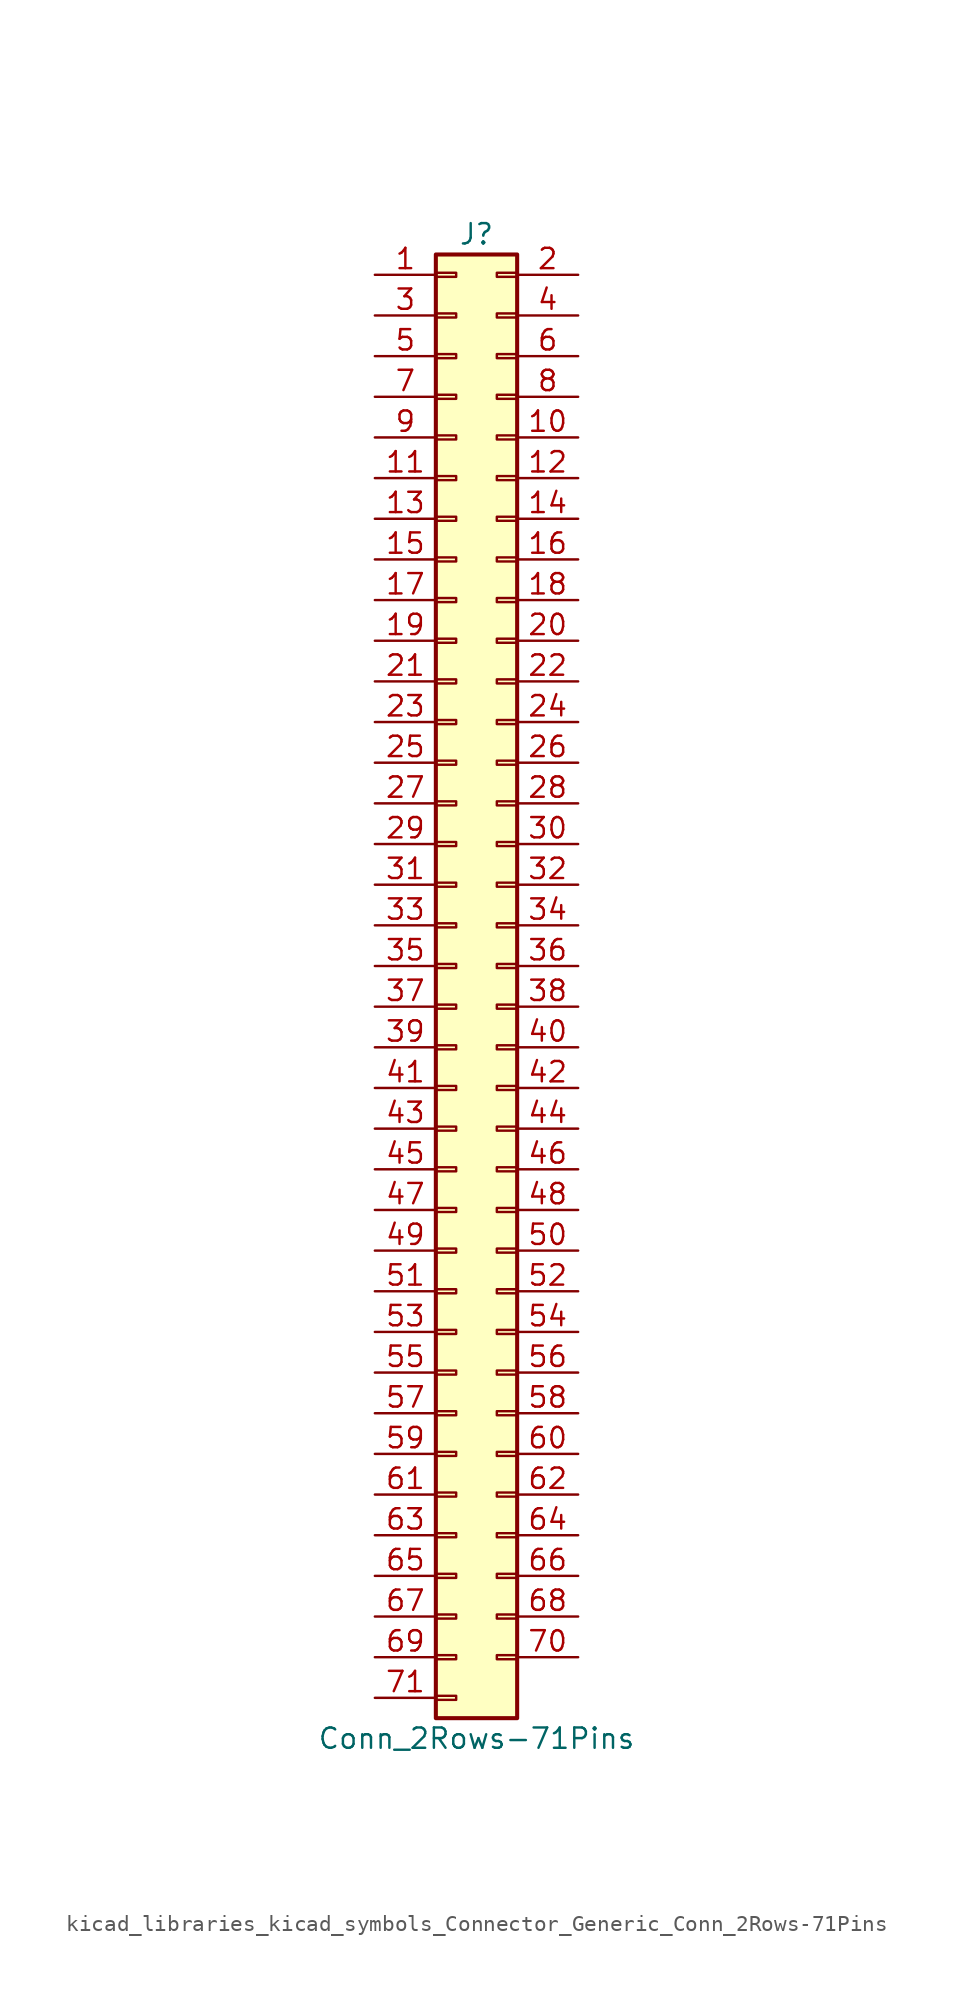
<source format=kicad_sym>
(kicad_symbol_lib
  (version 20220914)
  (generator kicad_symbol_editor)
  (symbol "kicad_libraries_kicad_symbols_Connector_Generic_Conn_2Rows-71Pins"
    (pin_names
      (offset 1.016) hide)
    (property "Reference" "J"
      (at 1.27 45.72 0)
      (effects (font (size 1.27 1.27))))
    (property "Value" "Conn_2Rows-71Pins"
      (at 1.27 -48.26 0)
      (effects (font (size 1.27 1.27))))
    (symbol "kicad_libraries_kicad_symbols_Connector_Generic_Conn_2Rows-71Pins_1_1"
      (rectangle (start -1.27 -45.593) (end 0 -45.847) (stroke (width 0.152) (type default)) (fill (type none)))
      (rectangle (start -1.27 -43.053) (end 0 -43.307) (stroke (width 0.152) (type default)) (fill (type none)))
      (rectangle (start -1.27 -40.513) (end 0 -40.767) (stroke (width 0.152) (type default)) (fill (type none)))
      (rectangle (start -1.27 -37.973) (end 0 -38.227) (stroke (width 0.152) (type default)) (fill (type none)))
      (rectangle (start -1.27 -35.433) (end 0 -35.687) (stroke (width 0.152) (type default)) (fill (type none)))
      (rectangle (start -1.27 -32.893) (end 0 -33.147) (stroke (width 0.152) (type default)) (fill (type none)))
      (rectangle (start -1.27 -30.353) (end 0 -30.607) (stroke (width 0.152) (type default)) (fill (type none)))
      (rectangle (start -1.27 -27.813) (end 0 -28.067) (stroke (width 0.152) (type default)) (fill (type none)))
      (rectangle (start -1.27 -25.273) (end 0 -25.527) (stroke (width 0.152) (type default)) (fill (type none)))
      (rectangle (start -1.27 -22.733) (end 0 -22.987) (stroke (width 0.152) (type default)) (fill (type none)))
      (rectangle (start -1.27 -20.193) (end 0 -20.447) (stroke (width 0.152) (type default)) (fill (type none)))
      (rectangle (start -1.27 -17.653) (end 0 -17.907) (stroke (width 0.152) (type default)) (fill (type none)))
      (rectangle (start -1.27 -15.113) (end 0 -15.367) (stroke (width 0.152) (type default)) (fill (type none)))
      (rectangle (start -1.27 -12.573) (end 0 -12.827) (stroke (width 0.152) (type default)) (fill (type none)))
      (rectangle (start -1.27 -10.033) (end 0 -10.287) (stroke (width 0.152) (type default)) (fill (type none)))
      (rectangle (start -1.27 -7.493) (end 0 -7.747) (stroke (width 0.152) (type default)) (fill (type none)))
      (rectangle (start -1.27 -4.953) (end 0 -5.207) (stroke (width 0.152) (type default)) (fill (type none)))
      (rectangle (start -1.27 -2.413) (end 0 -2.667) (stroke (width 0.152) (type default)) (fill (type none)))
      (rectangle (start -1.27 0.127) (end 0 -0.127) (stroke (width 0.152) (type default)) (fill (type none)))
      (rectangle (start -1.27 2.667) (end 0 2.413) (stroke (width 0.152) (type default)) (fill (type none)))
      (rectangle (start -1.27 5.207) (end 0 4.953) (stroke (width 0.152) (type default)) (fill (type none)))
      (rectangle (start -1.27 7.747) (end 0 7.493) (stroke (width 0.152) (type default)) (fill (type none)))
      (rectangle (start -1.27 10.287) (end 0 10.033) (stroke (width 0.152) (type default)) (fill (type none)))
      (rectangle (start -1.27 12.827) (end 0 12.573) (stroke (width 0.152) (type default)) (fill (type none)))
      (rectangle (start -1.27 15.367) (end 0 15.113) (stroke (width 0.152) (type default)) (fill (type none)))
      (rectangle (start -1.27 17.907) (end 0 17.653) (stroke (width 0.152) (type default)) (fill (type none)))
      (rectangle (start -1.27 20.447) (end 0 20.193) (stroke (width 0.152) (type default)) (fill (type none)))
      (rectangle (start -1.27 22.987) (end 0 22.733) (stroke (width 0.152) (type default)) (fill (type none)))
      (rectangle (start -1.27 25.527) (end 0 25.273) (stroke (width 0.152) (type default)) (fill (type none)))
      (rectangle (start -1.27 28.067) (end 0 27.813) (stroke (width 0.152) (type default)) (fill (type none)))
      (rectangle (start -1.27 30.607) (end 0 30.353) (stroke (width 0.152) (type default)) (fill (type none)))
      (rectangle (start -1.27 33.147) (end 0 32.893) (stroke (width 0.152) (type default)) (fill (type none)))
      (rectangle (start -1.27 35.687) (end 0 35.433) (stroke (width 0.152) (type default)) (fill (type none)))
      (rectangle (start -1.27 38.227) (end 0 37.973) (stroke (width 0.152) (type default)) (fill (type none)))
      (rectangle (start -1.27 40.767) (end 0 40.513) (stroke (width 0.152) (type default)) (fill (type none)))
      (rectangle (start -1.27 43.307) (end 0 43.053) (stroke (width 0.152) (type default)) (fill (type none)))
      (rectangle (start -1.27 44.45) (end 3.81 -46.99) (stroke (width 0.254) (type default)) (fill (type background)))
      (rectangle (start 3.81 -43.053) (end 2.54 -43.307) (stroke (width 0.152) (type default)) (fill (type none)))
      (rectangle (start 3.81 -40.513) (end 2.54 -40.767) (stroke (width 0.152) (type default)) (fill (type none)))
      (rectangle (start 3.81 -37.973) (end 2.54 -38.227) (stroke (width 0.152) (type default)) (fill (type none)))
      (rectangle (start 3.81 -35.433) (end 2.54 -35.687) (stroke (width 0.152) (type default)) (fill (type none)))
      (rectangle (start 3.81 -32.893) (end 2.54 -33.147) (stroke (width 0.152) (type default)) (fill (type none)))
      (rectangle (start 3.81 -30.353) (end 2.54 -30.607) (stroke (width 0.152) (type default)) (fill (type none)))
      (rectangle (start 3.81 -27.813) (end 2.54 -28.067) (stroke (width 0.152) (type default)) (fill (type none)))
      (rectangle (start 3.81 -25.273) (end 2.54 -25.527) (stroke (width 0.152) (type default)) (fill (type none)))
      (rectangle (start 3.81 -22.733) (end 2.54 -22.987) (stroke (width 0.152) (type default)) (fill (type none)))
      (rectangle (start 3.81 -20.193) (end 2.54 -20.447) (stroke (width 0.152) (type default)) (fill (type none)))
      (rectangle (start 3.81 -17.653) (end 2.54 -17.907) (stroke (width 0.152) (type default)) (fill (type none)))
      (rectangle (start 3.81 -15.113) (end 2.54 -15.367) (stroke (width 0.152) (type default)) (fill (type none)))
      (rectangle (start 3.81 -12.573) (end 2.54 -12.827) (stroke (width 0.152) (type default)) (fill (type none)))
      (rectangle (start 3.81 -10.033) (end 2.54 -10.287) (stroke (width 0.152) (type default)) (fill (type none)))
      (rectangle (start 3.81 -7.493) (end 2.54 -7.747) (stroke (width 0.152) (type default)) (fill (type none)))
      (rectangle (start 3.81 -4.953) (end 2.54 -5.207) (stroke (width 0.152) (type default)) (fill (type none)))
      (rectangle (start 3.81 -2.413) (end 2.54 -2.667) (stroke (width 0.152) (type default)) (fill (type none)))
      (rectangle (start 3.81 0.127) (end 2.54 -0.127) (stroke (width 0.152) (type default)) (fill (type none)))
      (rectangle (start 3.81 2.667) (end 2.54 2.413) (stroke (width 0.152) (type default)) (fill (type none)))
      (rectangle (start 3.81 5.207) (end 2.54 4.953) (stroke (width 0.152) (type default)) (fill (type none)))
      (rectangle (start 3.81 7.747) (end 2.54 7.493) (stroke (width 0.152) (type default)) (fill (type none)))
      (rectangle (start 3.81 10.287) (end 2.54 10.033) (stroke (width 0.152) (type default)) (fill (type none)))
      (rectangle (start 3.81 12.827) (end 2.54 12.573) (stroke (width 0.152) (type default)) (fill (type none)))
      (rectangle (start 3.81 15.367) (end 2.54 15.113) (stroke (width 0.152) (type default)) (fill (type none)))
      (rectangle (start 3.81 17.907) (end 2.54 17.653) (stroke (width 0.152) (type default)) (fill (type none)))
      (rectangle (start 3.81 20.447) (end 2.54 20.193) (stroke (width 0.152) (type default)) (fill (type none)))
      (rectangle (start 3.81 22.987) (end 2.54 22.733) (stroke (width 0.152) (type default)) (fill (type none)))
      (rectangle (start 3.81 25.527) (end 2.54 25.273) (stroke (width 0.152) (type default)) (fill (type none)))
      (rectangle (start 3.81 28.067) (end 2.54 27.813) (stroke (width 0.152) (type default)) (fill (type none)))
      (rectangle (start 3.81 30.607) (end 2.54 30.353) (stroke (width 0.152) (type default)) (fill (type none)))
      (rectangle (start 3.81 33.147) (end 2.54 32.893) (stroke (width 0.152) (type default)) (fill (type none)))
      (rectangle (start 3.81 35.687) (end 2.54 35.433) (stroke (width 0.152) (type default)) (fill (type none)))
      (rectangle (start 3.81 38.227) (end 2.54 37.973) (stroke (width 0.152) (type default)) (fill (type none)))
      (rectangle (start 3.81 40.767) (end 2.54 40.513) (stroke (width 0.152) (type default)) (fill (type none)))
      (rectangle (start 3.81 43.307) (end 2.54 43.053) (stroke (width 0.152) (type default)) (fill (type none)))
      (pin passive line (at -5.08 43.18 0) (length 3.81) (name "Pin_1" (effects (font (size 1.27 1.27)))) (number "1" (effects (font (size 1.27 1.27)))))
      (pin passive line (at 7.62 33.02 180) (length 3.81) (name "Pin_10" (effects (font (size 1.27 1.27)))) (number "10" (effects (font (size 1.27 1.27)))))
      (pin passive line (at -5.08 30.48 0) (length 3.81) (name "Pin_11" (effects (font (size 1.27 1.27)))) (number "11" (effects (font (size 1.27 1.27)))))
      (pin passive line (at 7.62 30.48 180) (length 3.81) (name "Pin_12" (effects (font (size 1.27 1.27)))) (number "12" (effects (font (size 1.27 1.27)))))
      (pin passive line (at -5.08 27.94 0) (length 3.81) (name "Pin_13" (effects (font (size 1.27 1.27)))) (number "13" (effects (font (size 1.27 1.27)))))
      (pin passive line (at 7.62 27.94 180) (length 3.81) (name "Pin_14" (effects (font (size 1.27 1.27)))) (number "14" (effects (font (size 1.27 1.27)))))
      (pin passive line (at -5.08 25.4 0) (length 3.81) (name "Pin_15" (effects (font (size 1.27 1.27)))) (number "15" (effects (font (size 1.27 1.27)))))
      (pin passive line (at 7.62 25.4 180) (length 3.81) (name "Pin_16" (effects (font (size 1.27 1.27)))) (number "16" (effects (font (size 1.27 1.27)))))
      (pin passive line (at -5.08 22.86 0) (length 3.81) (name "Pin_17" (effects (font (size 1.27 1.27)))) (number "17" (effects (font (size 1.27 1.27)))))
      (pin passive line (at 7.62 22.86 180) (length 3.81) (name "Pin_18" (effects (font (size 1.27 1.27)))) (number "18" (effects (font (size 1.27 1.27)))))
      (pin passive line (at -5.08 20.32 0) (length 3.81) (name "Pin_19" (effects (font (size 1.27 1.27)))) (number "19" (effects (font (size 1.27 1.27)))))
      (pin passive line (at 7.62 43.18 180) (length 3.81) (name "Pin_2" (effects (font (size 1.27 1.27)))) (number "2" (effects (font (size 1.27 1.27)))))
      (pin passive line (at 7.62 20.32 180) (length 3.81) (name "Pin_20" (effects (font (size 1.27 1.27)))) (number "20" (effects (font (size 1.27 1.27)))))
      (pin passive line (at -5.08 17.78 0) (length 3.81) (name "Pin_21" (effects (font (size 1.27 1.27)))) (number "21" (effects (font (size 1.27 1.27)))))
      (pin passive line (at 7.62 17.78 180) (length 3.81) (name "Pin_22" (effects (font (size 1.27 1.27)))) (number "22" (effects (font (size 1.27 1.27)))))
      (pin passive line (at -5.08 15.24 0) (length 3.81) (name "Pin_23" (effects (font (size 1.27 1.27)))) (number "23" (effects (font (size 1.27 1.27)))))
      (pin passive line (at 7.62 15.24 180) (length 3.81) (name "Pin_24" (effects (font (size 1.27 1.27)))) (number "24" (effects (font (size 1.27 1.27)))))
      (pin passive line (at -5.08 12.7 0) (length 3.81) (name "Pin_25" (effects (font (size 1.27 1.27)))) (number "25" (effects (font (size 1.27 1.27)))))
      (pin passive line (at 7.62 12.7 180) (length 3.81) (name "Pin_26" (effects (font (size 1.27 1.27)))) (number "26" (effects (font (size 1.27 1.27)))))
      (pin passive line (at -5.08 10.16 0) (length 3.81) (name "Pin_27" (effects (font (size 1.27 1.27)))) (number "27" (effects (font (size 1.27 1.27)))))
      (pin passive line (at 7.62 10.16 180) (length 3.81) (name "Pin_28" (effects (font (size 1.27 1.27)))) (number "28" (effects (font (size 1.27 1.27)))))
      (pin passive line (at -5.08 7.62 0) (length 3.81) (name "Pin_29" (effects (font (size 1.27 1.27)))) (number "29" (effects (font (size 1.27 1.27)))))
      (pin passive line (at -5.08 40.64 0) (length 3.81) (name "Pin_3" (effects (font (size 1.27 1.27)))) (number "3" (effects (font (size 1.27 1.27)))))
      (pin passive line (at 7.62 7.62 180) (length 3.81) (name "Pin_30" (effects (font (size 1.27 1.27)))) (number "30" (effects (font (size 1.27 1.27)))))
      (pin passive line (at -5.08 5.08 0) (length 3.81) (name "Pin_31" (effects (font (size 1.27 1.27)))) (number "31" (effects (font (size 1.27 1.27)))))
      (pin passive line (at 7.62 5.08 180) (length 3.81) (name "Pin_32" (effects (font (size 1.27 1.27)))) (number "32" (effects (font (size 1.27 1.27)))))
      (pin passive line (at -5.08 2.54 0) (length 3.81) (name "Pin_33" (effects (font (size 1.27 1.27)))) (number "33" (effects (font (size 1.27 1.27)))))
      (pin passive line (at 7.62 2.54 180) (length 3.81) (name "Pin_34" (effects (font (size 1.27 1.27)))) (number "34" (effects (font (size 1.27 1.27)))))
      (pin passive line (at -5.08 0 0) (length 3.81) (name "Pin_35" (effects (font (size 1.27 1.27)))) (number "35" (effects (font (size 1.27 1.27)))))
      (pin passive line (at 7.62 0 180) (length 3.81) (name "Pin_36" (effects (font (size 1.27 1.27)))) (number "36" (effects (font (size 1.27 1.27)))))
      (pin passive line (at -5.08 -2.54 0) (length 3.81) (name "Pin_37" (effects (font (size 1.27 1.27)))) (number "37" (effects (font (size 1.27 1.27)))))
      (pin passive line (at 7.62 -2.54 180) (length 3.81) (name "Pin_38" (effects (font (size 1.27 1.27)))) (number "38" (effects (font (size 1.27 1.27)))))
      (pin passive line (at -5.08 -5.08 0) (length 3.81) (name "Pin_39" (effects (font (size 1.27 1.27)))) (number "39" (effects (font (size 1.27 1.27)))))
      (pin passive line (at 7.62 40.64 180) (length 3.81) (name "Pin_4" (effects (font (size 1.27 1.27)))) (number "4" (effects (font (size 1.27 1.27)))))
      (pin passive line (at 7.62 -5.08 180) (length 3.81) (name "Pin_40" (effects (font (size 1.27 1.27)))) (number "40" (effects (font (size 1.27 1.27)))))
      (pin passive line (at -5.08 -7.62 0) (length 3.81) (name "Pin_41" (effects (font (size 1.27 1.27)))) (number "41" (effects (font (size 1.27 1.27)))))
      (pin passive line (at 7.62 -7.62 180) (length 3.81) (name "Pin_42" (effects (font (size 1.27 1.27)))) (number "42" (effects (font (size 1.27 1.27)))))
      (pin passive line (at -5.08 -10.16 0) (length 3.81) (name "Pin_43" (effects (font (size 1.27 1.27)))) (number "43" (effects (font (size 1.27 1.27)))))
      (pin passive line (at 7.62 -10.16 180) (length 3.81) (name "Pin_44" (effects (font (size 1.27 1.27)))) (number "44" (effects (font (size 1.27 1.27)))))
      (pin passive line (at -5.08 -12.7 0) (length 3.81) (name "Pin_45" (effects (font (size 1.27 1.27)))) (number "45" (effects (font (size 1.27 1.27)))))
      (pin passive line (at 7.62 -12.7 180) (length 3.81) (name "Pin_46" (effects (font (size 1.27 1.27)))) (number "46" (effects (font (size 1.27 1.27)))))
      (pin passive line (at -5.08 -15.24 0) (length 3.81) (name "Pin_47" (effects (font (size 1.27 1.27)))) (number "47" (effects (font (size 1.27 1.27)))))
      (pin passive line (at 7.62 -15.24 180) (length 3.81) (name "Pin_48" (effects (font (size 1.27 1.27)))) (number "48" (effects (font (size 1.27 1.27)))))
      (pin passive line (at -5.08 -17.78 0) (length 3.81) (name "Pin_49" (effects (font (size 1.27 1.27)))) (number "49" (effects (font (size 1.27 1.27)))))
      (pin passive line (at -5.08 38.1 0) (length 3.81) (name "Pin_5" (effects (font (size 1.27 1.27)))) (number "5" (effects (font (size 1.27 1.27)))))
      (pin passive line (at 7.62 -17.78 180) (length 3.81) (name "Pin_50" (effects (font (size 1.27 1.27)))) (number "50" (effects (font (size 1.27 1.27)))))
      (pin passive line (at -5.08 -20.32 0) (length 3.81) (name "Pin_51" (effects (font (size 1.27 1.27)))) (number "51" (effects (font (size 1.27 1.27)))))
      (pin passive line (at 7.62 -20.32 180) (length 3.81) (name "Pin_52" (effects (font (size 1.27 1.27)))) (number "52" (effects (font (size 1.27 1.27)))))
      (pin passive line (at -5.08 -22.86 0) (length 3.81) (name "Pin_53" (effects (font (size 1.27 1.27)))) (number "53" (effects (font (size 1.27 1.27)))))
      (pin passive line (at 7.62 -22.86 180) (length 3.81) (name "Pin_54" (effects (font (size 1.27 1.27)))) (number "54" (effects (font (size 1.27 1.27)))))
      (pin passive line (at -5.08 -25.4 0) (length 3.81) (name "Pin_55" (effects (font (size 1.27 1.27)))) (number "55" (effects (font (size 1.27 1.27)))))
      (pin passive line (at 7.62 -25.4 180) (length 3.81) (name "Pin_56" (effects (font (size 1.27 1.27)))) (number "56" (effects (font (size 1.27 1.27)))))
      (pin passive line (at -5.08 -27.94 0) (length 3.81) (name "Pin_57" (effects (font (size 1.27 1.27)))) (number "57" (effects (font (size 1.27 1.27)))))
      (pin passive line (at 7.62 -27.94 180) (length 3.81) (name "Pin_58" (effects (font (size 1.27 1.27)))) (number "58" (effects (font (size 1.27 1.27)))))
      (pin passive line (at -5.08 -30.48 0) (length 3.81) (name "Pin_59" (effects (font (size 1.27 1.27)))) (number "59" (effects (font (size 1.27 1.27)))))
      (pin passive line (at 7.62 38.1 180) (length 3.81) (name "Pin_6" (effects (font (size 1.27 1.27)))) (number "6" (effects (font (size 1.27 1.27)))))
      (pin passive line (at 7.62 -30.48 180) (length 3.81) (name "Pin_60" (effects (font (size 1.27 1.27)))) (number "60" (effects (font (size 1.27 1.27)))))
      (pin passive line (at -5.08 -33.02 0) (length 3.81) (name "Pin_61" (effects (font (size 1.27 1.27)))) (number "61" (effects (font (size 1.27 1.27)))))
      (pin passive line (at 7.62 -33.02 180) (length 3.81) (name "Pin_62" (effects (font (size 1.27 1.27)))) (number "62" (effects (font (size 1.27 1.27)))))
      (pin passive line (at -5.08 -35.56 0) (length 3.81) (name "Pin_63" (effects (font (size 1.27 1.27)))) (number "63" (effects (font (size 1.27 1.27)))))
      (pin passive line (at 7.62 -35.56 180) (length 3.81) (name "Pin_64" (effects (font (size 1.27 1.27)))) (number "64" (effects (font (size 1.27 1.27)))))
      (pin passive line (at -5.08 -38.1 0) (length 3.81) (name "Pin_65" (effects (font (size 1.27 1.27)))) (number "65" (effects (font (size 1.27 1.27)))))
      (pin passive line (at 7.62 -38.1 180) (length 3.81) (name "Pin_66" (effects (font (size 1.27 1.27)))) (number "66" (effects (font (size 1.27 1.27)))))
      (pin passive line (at -5.08 -40.64 0) (length 3.81) (name "Pin_67" (effects (font (size 1.27 1.27)))) (number "67" (effects (font (size 1.27 1.27)))))
      (pin passive line (at 7.62 -40.64 180) (length 3.81) (name "Pin_68" (effects (font (size 1.27 1.27)))) (number "68" (effects (font (size 1.27 1.27)))))
      (pin passive line (at -5.08 -43.18 0) (length 3.81) (name "Pin_69" (effects (font (size 1.27 1.27)))) (number "69" (effects (font (size 1.27 1.27)))))
      (pin passive line (at -5.08 35.56 0) (length 3.81) (name "Pin_7" (effects (font (size 1.27 1.27)))) (number "7" (effects (font (size 1.27 1.27)))))
      (pin passive line (at 7.62 -43.18 180) (length 3.81) (name "Pin_70" (effects (font (size 1.27 1.27)))) (number "70" (effects (font (size 1.27 1.27)))))
      (pin passive line (at -5.08 -45.72 0) (length 3.81) (name "Pin_71" (effects (font (size 1.27 1.27)))) (number "71" (effects (font (size 1.27 1.27)))))
      (pin passive line (at 7.62 35.56 180) (length 3.81) (name "Pin_8" (effects (font (size 1.27 1.27)))) (number "8" (effects (font (size 1.27 1.27)))))
      (pin passive line (at -5.08 33.02 0) (length 3.81) (name "Pin_9" (effects (font (size 1.27 1.27)))) (number "9" (effects (font (size 1.27 1.27))))))))
</source>
